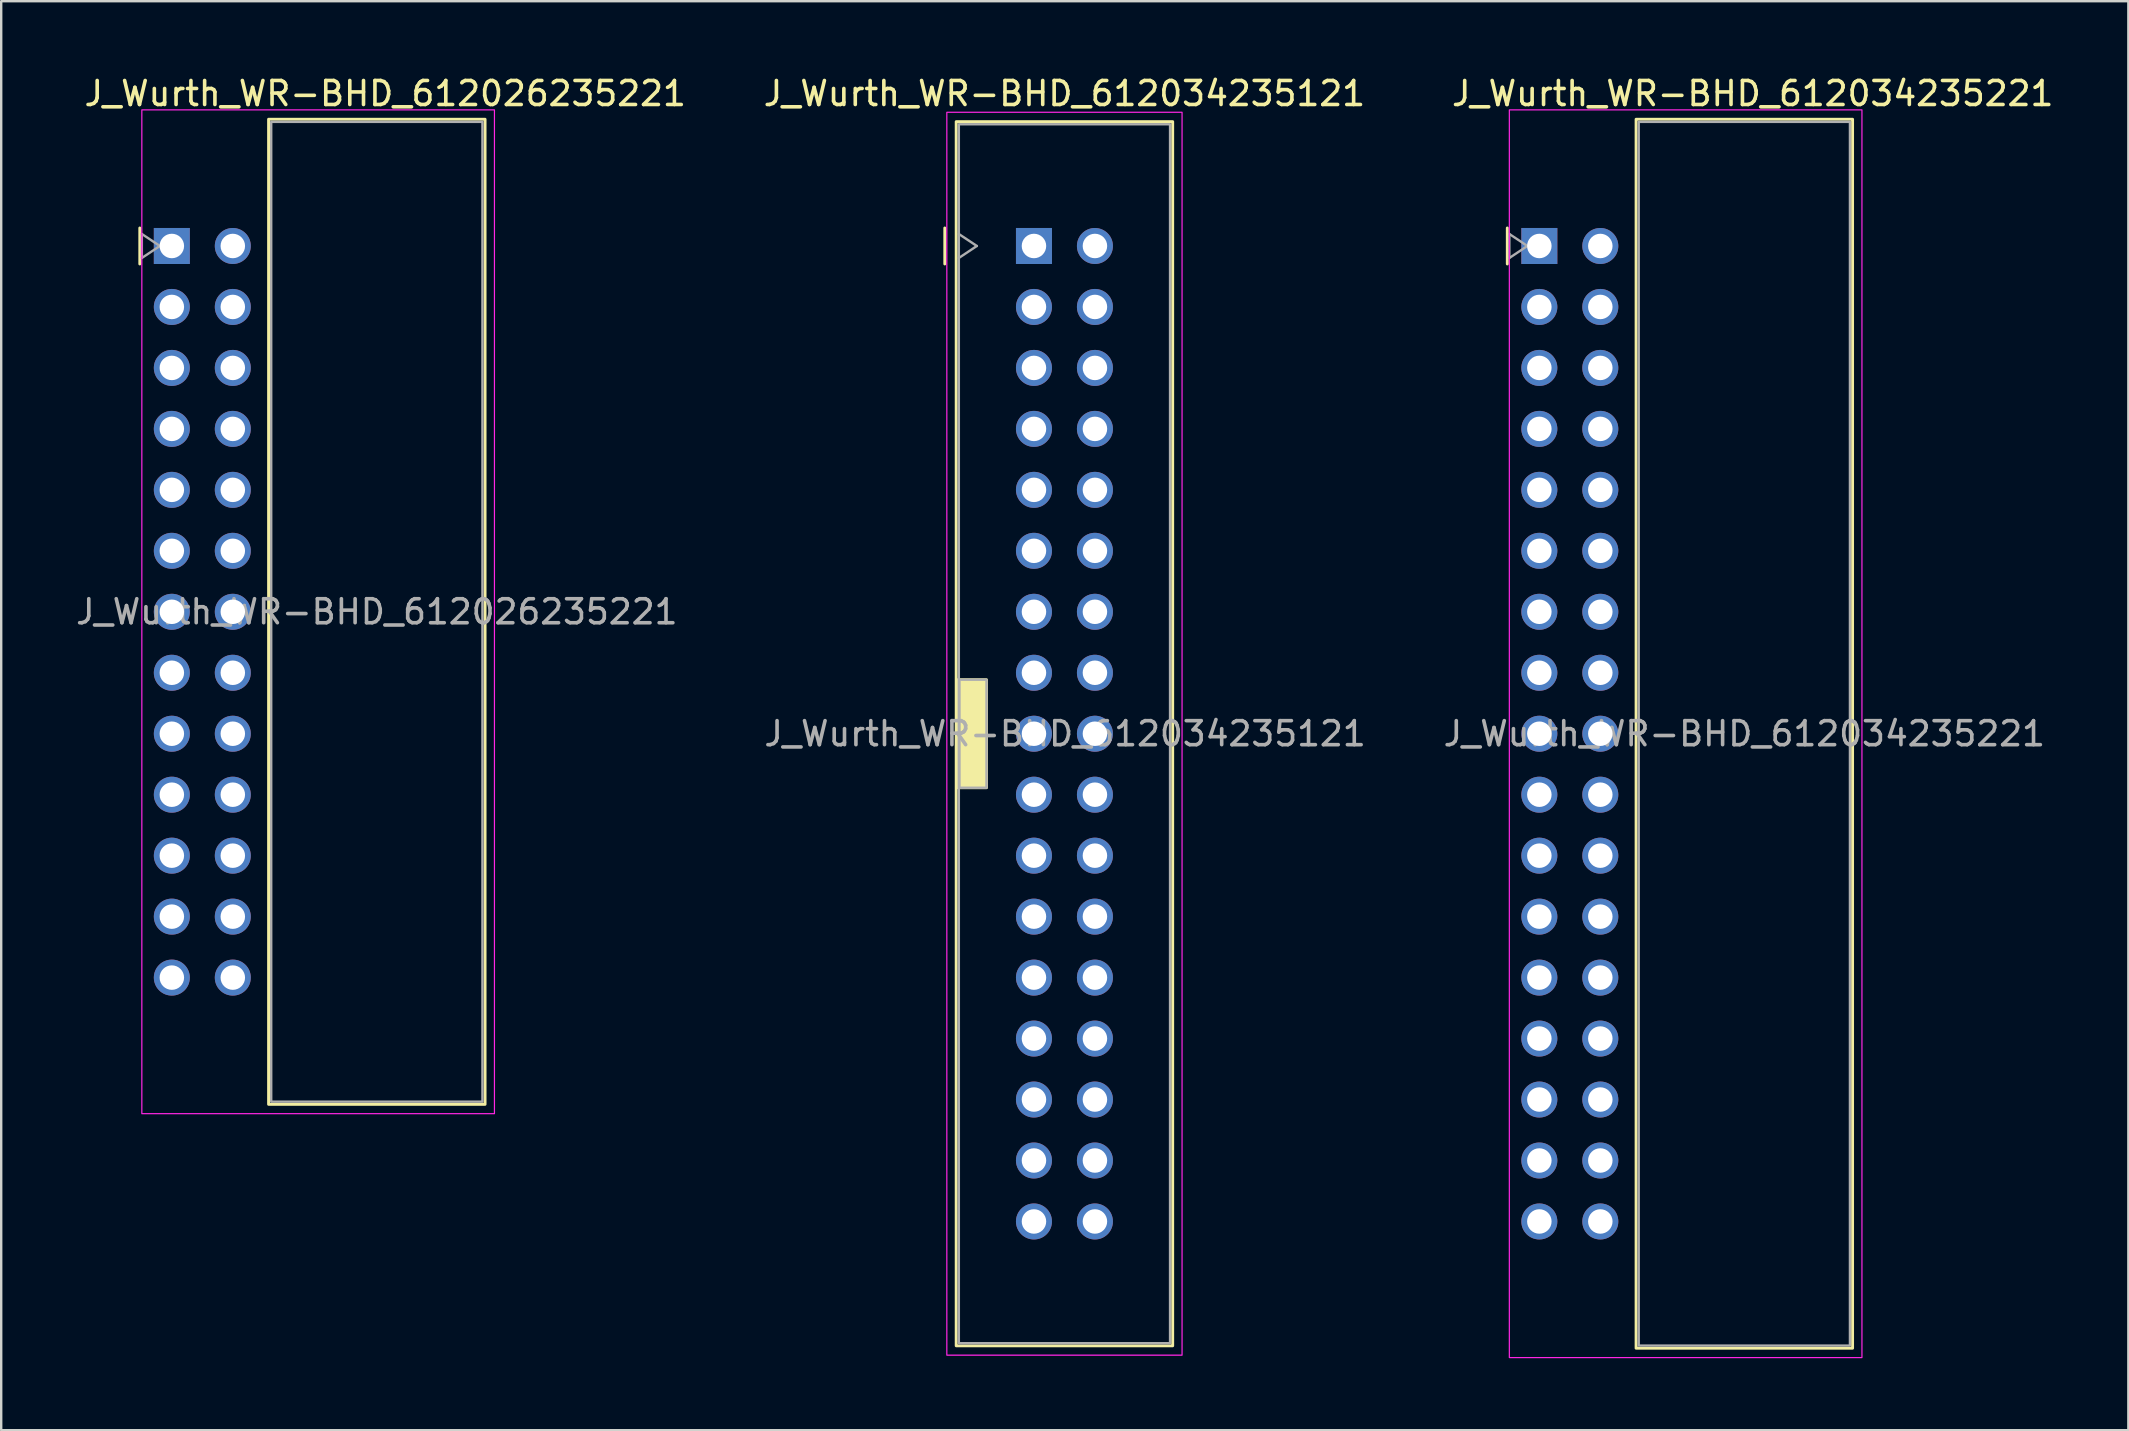
<source format=kicad_pcb>
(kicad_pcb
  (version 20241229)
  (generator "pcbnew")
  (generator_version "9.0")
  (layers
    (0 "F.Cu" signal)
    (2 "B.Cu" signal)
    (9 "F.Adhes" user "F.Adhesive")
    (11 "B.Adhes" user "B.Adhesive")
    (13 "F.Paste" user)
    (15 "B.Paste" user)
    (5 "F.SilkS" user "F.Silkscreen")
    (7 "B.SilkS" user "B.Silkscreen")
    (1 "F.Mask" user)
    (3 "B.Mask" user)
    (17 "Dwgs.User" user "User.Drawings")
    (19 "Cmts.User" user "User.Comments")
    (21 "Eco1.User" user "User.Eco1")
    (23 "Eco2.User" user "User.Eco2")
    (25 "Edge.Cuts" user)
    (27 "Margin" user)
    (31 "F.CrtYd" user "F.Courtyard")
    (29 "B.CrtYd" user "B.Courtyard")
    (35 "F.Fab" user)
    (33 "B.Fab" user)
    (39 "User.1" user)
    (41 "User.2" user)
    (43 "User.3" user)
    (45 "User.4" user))
  (footprint "J_Wurth_WR-BHD_612034235221"
    (layer "F.Cu")
    (at 61.081 7.198)
    (property "Reference" "J_Wurth_WR-BHD_612034235221" (at 8.89 -6.35 0) (unlocked yes) (layer "F.SilkS") (effects (font (size 1 1) (thickness 0.15))))
    (attr through_hole)
    (fp_line (start -1.335 0.75) (end -1.335 -0.75) (stroke (width 0.12) (type solid)) (layer "F.SilkS"))
    (fp_rect (start 4.03 -5.28) (end 13.05 45.92) (stroke (width 0.12) (type solid)) (fill no) (layer "F.SilkS"))
    (fp_rect (start -1.25 -5.67) (end 13.44 46.31) (stroke (width 0.05) (type solid)) (fill no) (layer "F.CrtYd"))
    (fp_line (start -1.25 0.5) (end -1.25 -0.5) (stroke (width 0.1) (type default)) (layer "F.Fab"))
    (fp_line (start -0.5 0) (end -1.25 -0.5) (stroke (width 0.1) (type solid)) (layer "F.Fab"))
    (fp_line (start -0.5 0) (end -1.25 0.5) (stroke (width 0.1) (type solid)) (layer "F.Fab"))
    (fp_rect (start 4.14 -5.17) (end 12.94 45.81) (stroke (width 0.1) (type solid)) (fill no) (layer "F.Fab"))
    (fp_text user "${REFERENCE}" (at 8.54 20.32 0) (unlocked yes) (layer "F.Fab") (effects (font (size 1 1) (thickness 0.15))))
    (pad "1" thru_hole rect (at 0 0 90) (size 1.5 1.5) (drill 1.02) (layers "*.Cu" "*.Mask"))
    (pad "2" thru_hole circle (at 2.54 0 90) (size 1.5 1.5) (drill 1.02) (layers "*.Cu" "*.Mask"))
    (pad "3" thru_hole circle (at 0 2.54 90) (size 1.5 1.5) (drill 1.02) (layers "*.Cu" "*.Mask"))
    (pad "4" thru_hole circle (at 2.54 2.54 90) (size 1.5 1.5) (drill 1.02) (layers "*.Cu" "*.Mask"))
    (pad "5" thru_hole circle (at 0 5.08 90) (size 1.5 1.5) (drill 1.02) (layers "*.Cu" "*.Mask"))
    (pad "6" thru_hole circle (at 2.54 5.08 90) (size 1.5 1.5) (drill 1.02) (layers "*.Cu" "*.Mask"))
    (pad "7" thru_hole circle (at 0 7.62 90) (size 1.5 1.5) (drill 1.02) (layers "*.Cu" "*.Mask"))
    (pad "8" thru_hole circle (at 2.54 7.62 90) (size 1.5 1.5) (drill 1.02) (layers "*.Cu" "*.Mask"))
    (pad "9" thru_hole circle (at 0 10.16 90) (size 1.5 1.5) (drill 1.02) (layers "*.Cu" "*.Mask"))
    (pad "10" thru_hole circle (at 2.54 10.16 90) (size 1.5 1.5) (drill 1.02) (layers "*.Cu" "*.Mask"))
    (pad "11" thru_hole circle (at 0 12.7 90) (size 1.5 1.5) (drill 1.02) (layers "*.Cu" "*.Mask"))
    (pad "12" thru_hole circle (at 2.54 12.7 90) (size 1.5 1.5) (drill 1.02) (layers "*.Cu" "*.Mask"))
    (pad "13" thru_hole circle (at 0 15.24 90) (size 1.5 1.5) (drill 1.02) (layers "*.Cu" "*.Mask"))
    (pad "14" thru_hole circle (at 2.54 15.24 90) (size 1.5 1.5) (drill 1.02) (layers "*.Cu" "*.Mask"))
    (pad "15" thru_hole circle (at 0 17.78 90) (size 1.5 1.5) (drill 1.02) (layers "*.Cu" "*.Mask"))
    (pad "16" thru_hole circle (at 2.54 17.78 90) (size 1.5 1.5) (drill 1.02) (layers "*.Cu" "*.Mask"))
    (pad "17" thru_hole circle (at 0 20.32 90) (size 1.5 1.5) (drill 1.02) (layers "*.Cu" "*.Mask"))
    (pad "18" thru_hole circle (at 2.54 20.32 90) (size 1.5 1.5) (drill 1.02) (layers "*.Cu" "*.Mask"))
    (pad "19" thru_hole circle (at 0 22.86 90) (size 1.5 1.5) (drill 1.02) (layers "*.Cu" "*.Mask"))
    (pad "20" thru_hole circle (at 2.54 22.86 90) (size 1.5 1.5) (drill 1.02) (layers "*.Cu" "*.Mask"))
    (pad "21" thru_hole circle (at 0 25.4 90) (size 1.5 1.5) (drill 1.02) (layers "*.Cu" "*.Mask"))
    (pad "22" thru_hole circle (at 2.54 25.4 90) (size 1.5 1.5) (drill 1.02) (layers "*.Cu" "*.Mask"))
    (pad "23" thru_hole circle (at 0 27.94 90) (size 1.5 1.5) (drill 1.02) (layers "*.Cu" "*.Mask"))
    (pad "24" thru_hole circle (at 2.54 27.94 90) (size 1.5 1.5) (drill 1.02) (layers "*.Cu" "*.Mask"))
    (pad "25" thru_hole circle (at 0 30.48 90) (size 1.5 1.5) (drill 1.02) (layers "*.Cu" "*.Mask"))
    (pad "26" thru_hole circle (at 2.54 30.48 90) (size 1.5 1.5) (drill 1.02) (layers "*.Cu" "*.Mask"))
    (pad "27" thru_hole circle (at 0 33.02 90) (size 1.5 1.5) (drill 1.02) (layers "*.Cu" "*.Mask"))
    (pad "28" thru_hole circle (at 2.54 33.02 90) (size 1.5 1.5) (drill 1.02) (layers "*.Cu" "*.Mask"))
    (pad "29" thru_hole circle (at 0 35.56 90) (size 1.5 1.5) (drill 1.02) (layers "*.Cu" "*.Mask"))
    (pad "30" thru_hole circle (at 2.54 35.56 90) (size 1.5 1.5) (drill 1.02) (layers "*.Cu" "*.Mask"))
    (pad "31" thru_hole circle (at 0 38.1 90) (size 1.5 1.5) (drill 1.02) (layers "*.Cu" "*.Mask"))
    (pad "32" thru_hole circle (at 2.54 38.1 90) (size 1.5 1.5) (drill 1.02) (layers "*.Cu" "*.Mask"))
    (pad "33" thru_hole circle (at 0 40.64 90) (size 1.5 1.5) (drill 1.02) (layers "*.Cu" "*.Mask"))
    (pad "34" thru_hole circle (at 2.54 40.64 90) (size 1.5 1.5) (drill 1.02) (layers "*.Cu" "*.Mask")))
  (footprint "J_Wurth_WR-BHD_612034235121"
    (layer "F.Cu")
    (at 40.026 7.198)
    (property "Reference" "J_Wurth_WR-BHD_612034235121" (at 1.27 -6.35 0) (unlocked yes) (layer "F.SilkS") (effects (font (size 1 1) (thickness 0.15))))
    (attr through_hole)
    (fp_line (start -3.715 -0.75) (end -3.715 0.75) (stroke (width 0.12) (type solid)) (layer "F.SilkS"))
    (fp_rect (start -3.24 -5.18) (end 5.78 45.82) (stroke (width 0.12) (type solid)) (fill no) (layer "F.SilkS"))
    (fp_rect (start -3.178 18.07) (end -1.978 22.57) (stroke (width 0.12) (type solid)) (fill yes) (layer "F.SilkS"))
    (fp_rect (start -3.63 -5.57) (end 6.17 46.21) (stroke (width 0.05) (type solid)) (fill no) (layer "F.CrtYd"))
    (fp_line (start -2.38 0) (end -3.13 -0.5) (stroke (width 0.1) (type solid)) (layer "F.Fab"))
    (fp_line (start -2.38 0) (end -3.13 0.5) (stroke (width 0.1) (type solid)) (layer "F.Fab"))
    (fp_rect (start -3.13 -5.07) (end 5.67 45.71) (stroke (width 0.1) (type solid)) (fill no) (layer "F.Fab"))
    (fp_rect (start -3.103 18.07) (end -1.978 22.57) (stroke (width 0.1) (type solid)) (fill no) (layer "F.Fab"))
    (fp_text user "${REFERENCE}" (at 1.297 20.32 0) (unlocked yes) (layer "F.Fab") (effects (font (size 1 1) (thickness 0.15))))
    (pad "1" thru_hole rect (at 0 0 270) (size 1.5 1.5) (drill 1.02) (layers "*.Cu" "*.Mask"))
    (pad "2" thru_hole circle (at 2.54 0 270) (size 1.5 1.5) (drill 1.02) (layers "*.Cu" "*.Mask"))
    (pad "3" thru_hole circle (at 0 2.54 270) (size 1.5 1.5) (drill 1.02) (layers "*.Cu" "*.Mask"))
    (pad "4" thru_hole circle (at 2.54 2.54 270) (size 1.5 1.5) (drill 1.02) (layers "*.Cu" "*.Mask"))
    (pad "5" thru_hole circle (at 0 5.08 270) (size 1.5 1.5) (drill 1.02) (layers "*.Cu" "*.Mask"))
    (pad "6" thru_hole circle (at 2.54 5.08 270) (size 1.5 1.5) (drill 1.02) (layers "*.Cu" "*.Mask"))
    (pad "7" thru_hole circle (at 0 7.62 270) (size 1.5 1.5) (drill 1.02) (layers "*.Cu" "*.Mask"))
    (pad "8" thru_hole circle (at 2.54 7.62 270) (size 1.5 1.5) (drill 1.02) (layers "*.Cu" "*.Mask"))
    (pad "9" thru_hole circle (at 0 10.16 270) (size 1.5 1.5) (drill 1.02) (layers "*.Cu" "*.Mask"))
    (pad "10" thru_hole circle (at 2.54 10.16 270) (size 1.5 1.5) (drill 1.02) (layers "*.Cu" "*.Mask"))
    (pad "11" thru_hole circle (at 0 12.7 270) (size 1.5 1.5) (drill 1.02) (layers "*.Cu" "*.Mask"))
    (pad "12" thru_hole circle (at 2.54 12.7 270) (size 1.5 1.5) (drill 1.02) (layers "*.Cu" "*.Mask"))
    (pad "13" thru_hole circle (at 0 15.24 270) (size 1.5 1.5) (drill 1.02) (layers "*.Cu" "*.Mask"))
    (pad "14" thru_hole circle (at 2.54 15.24 270) (size 1.5 1.5) (drill 1.02) (layers "*.Cu" "*.Mask"))
    (pad "15" thru_hole circle (at 0 17.78 270) (size 1.5 1.5) (drill 1.02) (layers "*.Cu" "*.Mask"))
    (pad "16" thru_hole circle (at 2.54 17.78 270) (size 1.5 1.5) (drill 1.02) (layers "*.Cu" "*.Mask"))
    (pad "17" thru_hole circle (at 0 20.32 270) (size 1.5 1.5) (drill 1.02) (layers "*.Cu" "*.Mask"))
    (pad "18" thru_hole circle (at 2.54 20.32 270) (size 1.5 1.5) (drill 1.02) (layers "*.Cu" "*.Mask"))
    (pad "19" thru_hole circle (at 0 22.86 270) (size 1.5 1.5) (drill 1.02) (layers "*.Cu" "*.Mask"))
    (pad "20" thru_hole circle (at 2.54 22.86 270) (size 1.5 1.5) (drill 1.02) (layers "*.Cu" "*.Mask"))
    (pad "21" thru_hole circle (at 0 25.4 270) (size 1.5 1.5) (drill 1.02) (layers "*.Cu" "*.Mask"))
    (pad "22" thru_hole circle (at 2.54 25.4 270) (size 1.5 1.5) (drill 1.02) (layers "*.Cu" "*.Mask"))
    (pad "23" thru_hole circle (at 0 27.94 270) (size 1.5 1.5) (drill 1.02) (layers "*.Cu" "*.Mask"))
    (pad "24" thru_hole circle (at 2.54 27.94 270) (size 1.5 1.5) (drill 1.02) (layers "*.Cu" "*.Mask"))
    (pad "25" thru_hole circle (at 0 30.48 270) (size 1.5 1.5) (drill 1.02) (layers "*.Cu" "*.Mask"))
    (pad "26" thru_hole circle (at 2.54 30.48 270) (size 1.5 1.5) (drill 1.02) (layers "*.Cu" "*.Mask"))
    (pad "27" thru_hole circle (at 0 33.02 270) (size 1.5 1.5) (drill 1.02) (layers "*.Cu" "*.Mask"))
    (pad "28" thru_hole circle (at 2.54 33.02 270) (size 1.5 1.5) (drill 1.02) (layers "*.Cu" "*.Mask"))
    (pad "29" thru_hole circle (at 0 35.56 270) (size 1.5 1.5) (drill 1.02) (layers "*.Cu" "*.Mask"))
    (pad "30" thru_hole circle (at 2.54 35.56 270) (size 1.5 1.5) (drill 1.02) (layers "*.Cu" "*.Mask"))
    (pad "31" thru_hole circle (at 0 38.1 270) (size 1.5 1.5) (drill 1.02) (layers "*.Cu" "*.Mask"))
    (pad "32" thru_hole circle (at 2.54 38.1 270) (size 1.5 1.5) (drill 1.02) (layers "*.Cu" "*.Mask"))
    (pad "33" thru_hole circle (at 0 40.64 270) (size 1.5 1.5) (drill 1.02) (layers "*.Cu" "*.Mask"))
    (pad "34" thru_hole circle (at 2.54 40.64 270) (size 1.5 1.5) (drill 1.02) (layers "*.Cu" "*.Mask")))
  (footprint "J_Wurth_WR-BHD_612026235221"
    (layer "F.Cu")
    (at 4.109 7.198)
    (property "Reference" "J_Wurth_WR-BHD_612026235221" (at 8.89 -6.35 0) (unlocked yes) (layer "F.SilkS") (effects (font (size 1 1) (thickness 0.15))))
    (attr through_hole)
    (fp_line (start -1.335 0.75) (end -1.335 -0.75) (stroke (width 0.12) (type solid)) (layer "F.SilkS"))
    (fp_rect (start 4.03 -5.28) (end 13.05 35.76) (stroke (width 0.12) (type solid)) (fill no) (layer "F.SilkS"))
    (fp_rect (start -1.25 -5.67) (end 13.44 36.15) (stroke (width 0.05) (type solid)) (fill no) (layer "F.CrtYd"))
    (fp_line (start -1.25 0.5) (end -1.25 -0.5) (stroke (width 0.1) (type default)) (layer "F.Fab"))
    (fp_line (start -0.5 0) (end -1.25 -0.5) (stroke (width 0.1) (type solid)) (layer "F.Fab"))
    (fp_line (start -0.5 0) (end -1.25 0.5) (stroke (width 0.1) (type solid)) (layer "F.Fab"))
    (fp_rect (start 4.14 -5.17) (end 12.94 35.65) (stroke (width 0.1) (type solid)) (fill no) (layer "F.Fab"))
    (fp_text user "${REFERENCE}" (at 8.54 15.24 0) (unlocked yes) (layer "F.Fab") (effects (font (size 1 1) (thickness 0.15))))
    (pad "1" thru_hole rect (at 0 0 90) (size 1.5 1.5) (drill 1.02) (layers "*.Cu" "*.Mask"))
    (pad "2" thru_hole circle (at 2.54 0 90) (size 1.5 1.5) (drill 1.02) (layers "*.Cu" "*.Mask"))
    (pad "3" thru_hole circle (at 0 2.54 90) (size 1.5 1.5) (drill 1.02) (layers "*.Cu" "*.Mask"))
    (pad "4" thru_hole circle (at 2.54 2.54 90) (size 1.5 1.5) (drill 1.02) (layers "*.Cu" "*.Mask"))
    (pad "5" thru_hole circle (at 0 5.08 90) (size 1.5 1.5) (drill 1.02) (layers "*.Cu" "*.Mask"))
    (pad "6" thru_hole circle (at 2.54 5.08 90) (size 1.5 1.5) (drill 1.02) (layers "*.Cu" "*.Mask"))
    (pad "7" thru_hole circle (at 0 7.62 90) (size 1.5 1.5) (drill 1.02) (layers "*.Cu" "*.Mask"))
    (pad "8" thru_hole circle (at 2.54 7.62 90) (size 1.5 1.5) (drill 1.02) (layers "*.Cu" "*.Mask"))
    (pad "9" thru_hole circle (at 0 10.16 90) (size 1.5 1.5) (drill 1.02) (layers "*.Cu" "*.Mask"))
    (pad "10" thru_hole circle (at 2.54 10.16 90) (size 1.5 1.5) (drill 1.02) (layers "*.Cu" "*.Mask"))
    (pad "11" thru_hole circle (at 0 12.7 90) (size 1.5 1.5) (drill 1.02) (layers "*.Cu" "*.Mask"))
    (pad "12" thru_hole circle (at 2.54 12.7 90) (size 1.5 1.5) (drill 1.02) (layers "*.Cu" "*.Mask"))
    (pad "13" thru_hole circle (at 0 15.24 90) (size 1.5 1.5) (drill 1.02) (layers "*.Cu" "*.Mask"))
    (pad "14" thru_hole circle (at 2.54 15.24 90) (size 1.5 1.5) (drill 1.02) (layers "*.Cu" "*.Mask"))
    (pad "15" thru_hole circle (at 0 17.78 90) (size 1.5 1.5) (drill 1.02) (layers "*.Cu" "*.Mask"))
    (pad "16" thru_hole circle (at 2.54 17.78 90) (size 1.5 1.5) (drill 1.02) (layers "*.Cu" "*.Mask"))
    (pad "17" thru_hole circle (at 0 20.32 90) (size 1.5 1.5) (drill 1.02) (layers "*.Cu" "*.Mask"))
    (pad "18" thru_hole circle (at 2.54 20.32 90) (size 1.5 1.5) (drill 1.02) (layers "*.Cu" "*.Mask"))
    (pad "19" thru_hole circle (at 0 22.86 90) (size 1.5 1.5) (drill 1.02) (layers "*.Cu" "*.Mask"))
    (pad "20" thru_hole circle (at 2.54 22.86 90) (size 1.5 1.5) (drill 1.02) (layers "*.Cu" "*.Mask"))
    (pad "21" thru_hole circle (at 0 25.4 90) (size 1.5 1.5) (drill 1.02) (layers "*.Cu" "*.Mask"))
    (pad "22" thru_hole circle (at 2.54 25.4 90) (size 1.5 1.5) (drill 1.02) (layers "*.Cu" "*.Mask"))
    (pad "23" thru_hole circle (at 0 27.94 90) (size 1.5 1.5) (drill 1.02) (layers "*.Cu" "*.Mask"))
    (pad "24" thru_hole circle (at 2.54 27.94 90) (size 1.5 1.5) (drill 1.02) (layers "*.Cu" "*.Mask"))
    (pad "25" thru_hole circle (at 0 30.48 90) (size 1.5 1.5) (drill 1.02) (layers "*.Cu" "*.Mask"))
    (pad "26" thru_hole circle (at 2.54 30.48 90) (size 1.5 1.5) (drill 1.02) (layers "*.Cu" "*.Mask")))
  (gr_rect
    (start -3 -3)
    (end 85.62 56.533)
    (stroke (width 0.1) (type default))
    (fill no)
    (layer "Edge.Cuts")))
</source>
